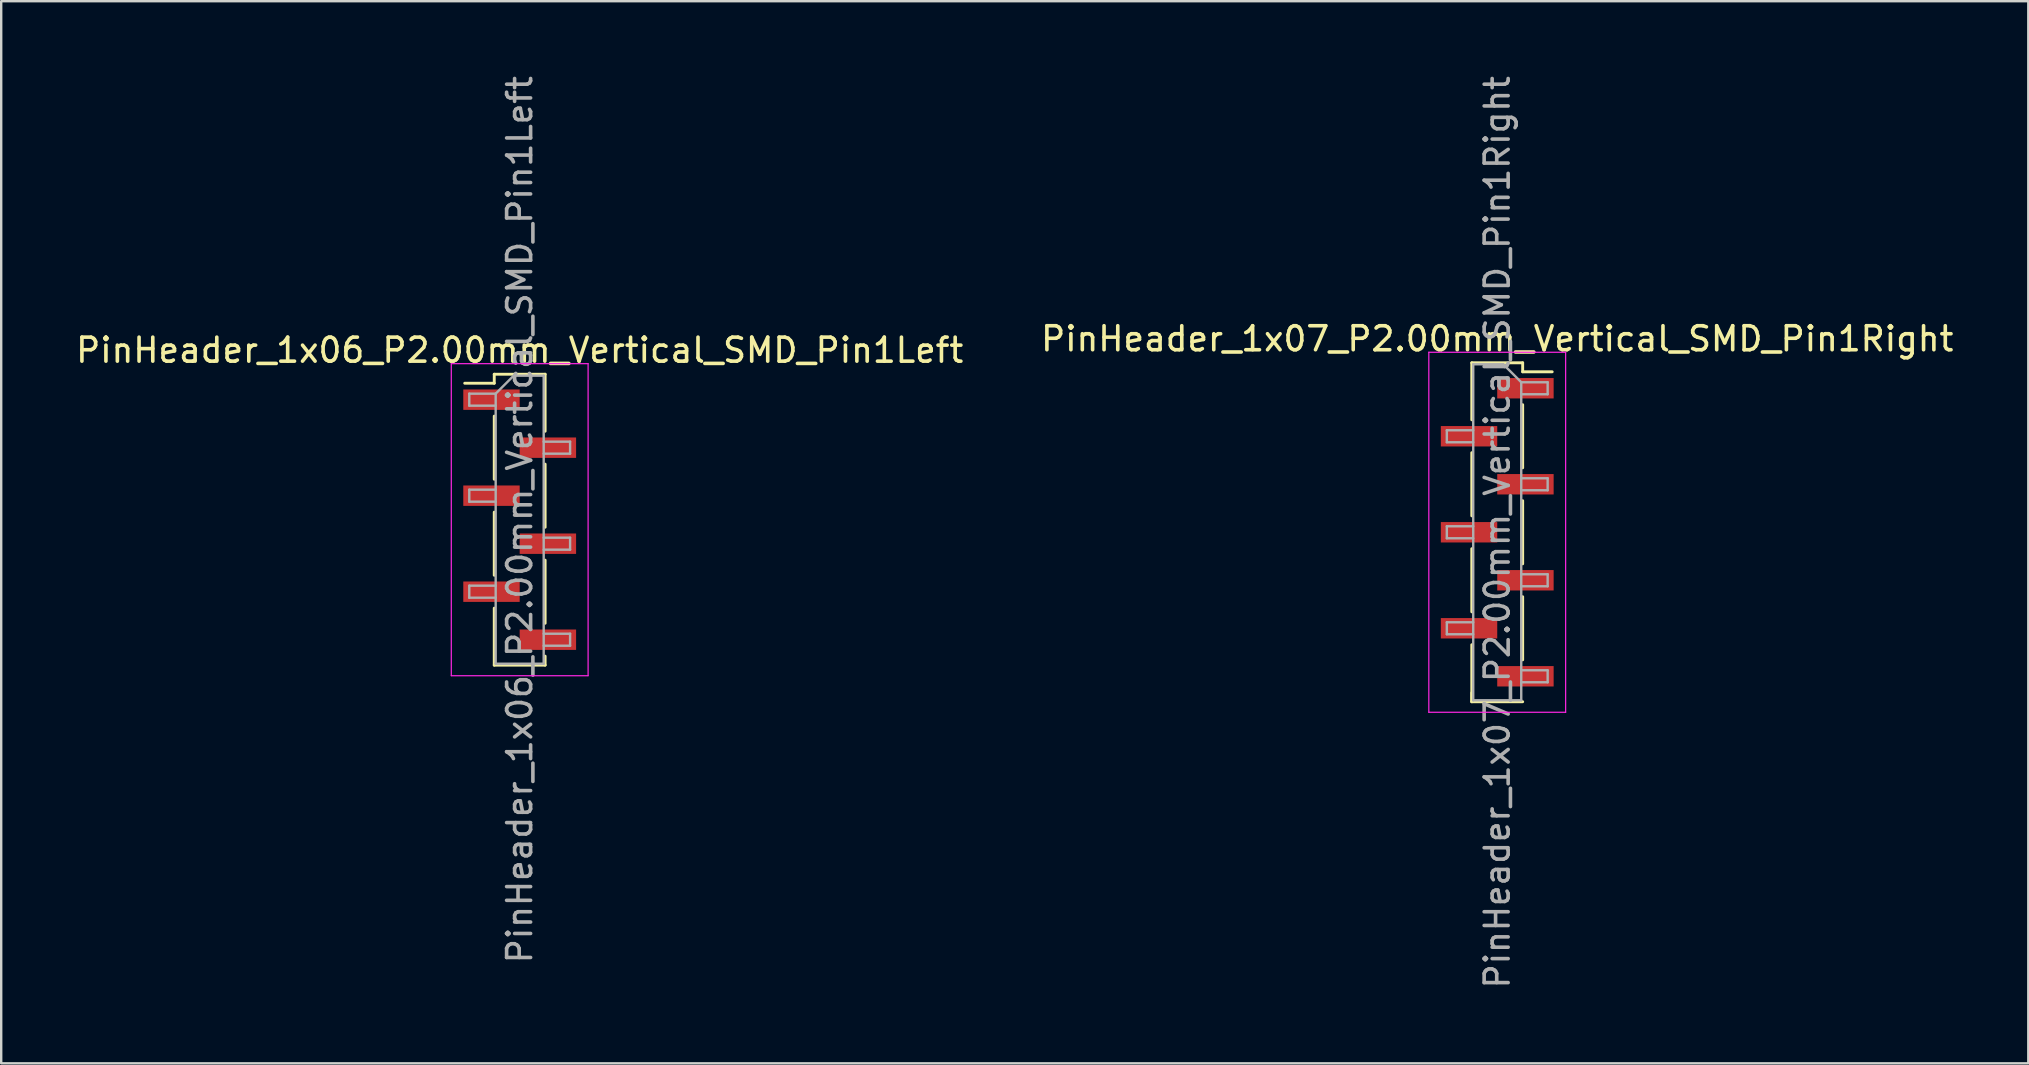
<source format=kicad_pcb>
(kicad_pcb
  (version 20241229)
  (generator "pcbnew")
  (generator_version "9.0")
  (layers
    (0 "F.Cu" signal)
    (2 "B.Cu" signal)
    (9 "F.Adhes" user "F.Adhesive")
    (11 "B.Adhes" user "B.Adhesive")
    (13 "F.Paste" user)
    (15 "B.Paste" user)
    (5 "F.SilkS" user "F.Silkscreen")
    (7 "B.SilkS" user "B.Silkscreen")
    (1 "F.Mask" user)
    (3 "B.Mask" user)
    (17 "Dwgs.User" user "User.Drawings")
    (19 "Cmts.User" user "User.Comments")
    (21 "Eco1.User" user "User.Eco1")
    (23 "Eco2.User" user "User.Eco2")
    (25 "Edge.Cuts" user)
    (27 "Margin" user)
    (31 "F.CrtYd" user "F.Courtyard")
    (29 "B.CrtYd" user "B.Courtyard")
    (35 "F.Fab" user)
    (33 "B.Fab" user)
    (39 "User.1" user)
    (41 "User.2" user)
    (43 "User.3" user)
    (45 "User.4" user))
  (footprint "PinHeader_1x07_P2.00mm_Vertical_SMD_Pin1Right"
    (layer "F.Cu")
    (at 59.327 19.125)
    (property "Reference" "PinHeader_1x07_P2.00mm_Vertical_SMD_Pin1Right" (at 0 -8.06 0) (layer "F.SilkS") (effects (font (size 1 1) (thickness 0.15))))
    (attr smd)
    (fp_line (start -1.06 -7.06) (end -1.06 -4.685) (stroke (width 0.12) (type solid)) (layer "F.SilkS"))
    (fp_line (start -1.06 -7.06) (end 1.06 -7.06) (stroke (width 0.12) (type solid)) (layer "F.SilkS"))
    (fp_line (start -1.06 -3.315) (end -1.06 -0.685) (stroke (width 0.12) (type solid)) (layer "F.SilkS"))
    (fp_line (start -1.06 0.685) (end -1.06 3.315) (stroke (width 0.12) (type solid)) (layer "F.SilkS"))
    (fp_line (start -1.06 4.685) (end -1.06 7.06) (stroke (width 0.12) (type solid)) (layer "F.SilkS"))
    (fp_line (start -1.06 6.685) (end -1.06 7.06) (stroke (width 0.12) (type solid)) (layer "F.SilkS"))
    (fp_line (start -1.06 7.06) (end 1.06 7.06) (stroke (width 0.12) (type solid)) (layer "F.SilkS"))
    (fp_line (start 1.06 -7.06) (end 1.06 -6.685) (stroke (width 0.12) (type solid)) (layer "F.SilkS"))
    (fp_line (start 1.06 -6.685) (end 2.29 -6.685) (stroke (width 0.12) (type solid)) (layer "F.SilkS"))
    (fp_line (start 1.06 -5.315) (end 1.06 -2.685) (stroke (width 0.12) (type solid)) (layer "F.SilkS"))
    (fp_line (start 1.06 -1.315) (end 1.06 1.315) (stroke (width 0.12) (type solid)) (layer "F.SilkS"))
    (fp_line (start 1.06 2.685) (end 1.06 5.315) (stroke (width 0.12) (type solid)) (layer "F.SilkS"))
    (fp_line (start -2.85 -7.5) (end -2.85 7.5) (stroke (width 0.05) (type solid)) (layer "F.CrtYd"))
    (fp_line (start -2.85 7.5) (end 2.85 7.5) (stroke (width 0.05) (type solid)) (layer "F.CrtYd"))
    (fp_line (start 2.85 -7.5) (end -2.85 -7.5) (stroke (width 0.05) (type solid)) (layer "F.CrtYd"))
    (fp_line (start 2.85 7.5) (end 2.85 -7.5) (stroke (width 0.05) (type solid)) (layer "F.CrtYd"))
    (fp_line (start -2.1 -4.25) (end -2.1 -3.75) (stroke (width 0.1) (type solid)) (layer "F.Fab"))
    (fp_line (start -2.1 -3.75) (end -1 -3.75) (stroke (width 0.1) (type solid)) (layer "F.Fab"))
    (fp_line (start -2.1 -0.25) (end -2.1 0.25) (stroke (width 0.1) (type solid)) (layer "F.Fab"))
    (fp_line (start -2.1 0.25) (end -1 0.25) (stroke (width 0.1) (type solid)) (layer "F.Fab"))
    (fp_line (start -2.1 3.75) (end -2.1 4.25) (stroke (width 0.1) (type solid)) (layer "F.Fab"))
    (fp_line (start -2.1 4.25) (end -1 4.25) (stroke (width 0.1) (type solid)) (layer "F.Fab"))
    (fp_line (start -1 -7) (end -1 7) (stroke (width 0.1) (type solid)) (layer "F.Fab"))
    (fp_line (start -1 -7) (end 0.25 -7) (stroke (width 0.1) (type solid)) (layer "F.Fab"))
    (fp_line (start -1 -4.25) (end -2.1 -4.25) (stroke (width 0.1) (type solid)) (layer "F.Fab"))
    (fp_line (start -1 -0.25) (end -2.1 -0.25) (stroke (width 0.1) (type solid)) (layer "F.Fab"))
    (fp_line (start -1 3.75) (end -2.1 3.75) (stroke (width 0.1) (type solid)) (layer "F.Fab"))
    (fp_line (start 1 -6.25) (end 0.25 -7) (stroke (width 0.1) (type solid)) (layer "F.Fab"))
    (fp_line (start 1 -6.25) (end 2.1 -6.25) (stroke (width 0.1) (type solid)) (layer "F.Fab"))
    (fp_line (start 1 -2.25) (end 2.1 -2.25) (stroke (width 0.1) (type solid)) (layer "F.Fab"))
    (fp_line (start 1 1.75) (end 2.1 1.75) (stroke (width 0.1) (type solid)) (layer "F.Fab"))
    (fp_line (start 1 5.75) (end 2.1 5.75) (stroke (width 0.1) (type solid)) (layer "F.Fab"))
    (fp_line (start 1 7) (end -1 7) (stroke (width 0.1) (type solid)) (layer "F.Fab"))
    (fp_line (start 1 7) (end 1 -6.25) (stroke (width 0.1) (type solid)) (layer "F.Fab"))
    (fp_line (start 2.1 -6.25) (end 2.1 -5.75) (stroke (width 0.1) (type solid)) (layer "F.Fab"))
    (fp_line (start 2.1 -5.75) (end 1 -5.75) (stroke (width 0.1) (type solid)) (layer "F.Fab"))
    (fp_line (start 2.1 -2.25) (end 2.1 -1.75) (stroke (width 0.1) (type solid)) (layer "F.Fab"))
    (fp_line (start 2.1 -1.75) (end 1 -1.75) (stroke (width 0.1) (type solid)) (layer "F.Fab"))
    (fp_line (start 2.1 1.75) (end 2.1 2.25) (stroke (width 0.1) (type solid)) (layer "F.Fab"))
    (fp_line (start 2.1 2.25) (end 1 2.25) (stroke (width 0.1) (type solid)) (layer "F.Fab"))
    (fp_line (start 2.1 5.75) (end 2.1 6.25) (stroke (width 0.1) (type solid)) (layer "F.Fab"))
    (fp_line (start 2.1 6.25) (end 1 6.25) (stroke (width 0.1) (type solid)) (layer "F.Fab"))
    (fp_text user "${REFERENCE}" (at 0 0 90) (layer "F.Fab") (effects (font (size 1 1) (thickness 0.15))))
    (pad "1" smd rect (at 1.175 -6) (size 2.35 0.85) (layers "F.Cu" "F.Mask" "F.Paste"))
    (pad "2" smd rect (at -1.175 -4) (size 2.35 0.85) (layers "F.Cu" "F.Mask" "F.Paste"))
    (pad "3" smd rect (at 1.175 -2) (size 2.35 0.85) (layers "F.Cu" "F.Mask" "F.Paste"))
    (pad "4" smd rect (at -1.175 0) (size 2.35 0.85) (layers "F.Cu" "F.Mask" "F.Paste"))
    (pad "5" smd rect (at 1.175 2) (size 2.35 0.85) (layers "F.Cu" "F.Mask" "F.Paste"))
    (pad "6" smd rect (at -1.175 4) (size 2.35 0.85) (layers "F.Cu" "F.Mask" "F.Paste"))
    (pad "7" smd rect (at 1.175 6) (size 2.35 0.85) (layers "F.Cu" "F.Mask" "F.Paste")))
  (footprint "PinHeader_1x06_P2.00mm_Vertical_SMD_Pin1Left"
    (layer "F.Cu")
    (at 18.601 18.601)
    (property "Reference" "PinHeader_1x06_P2.00mm_Vertical_SMD_Pin1Left" (at 0 -7.06 0) (layer "F.SilkS") (effects (font (size 1 1) (thickness 0.15))))
    (attr smd)
    (fp_line (start -1.06 -6.06) (end -1.06 -5.685) (stroke (width 0.12) (type solid)) (layer "F.SilkS"))
    (fp_line (start -1.06 -6.06) (end 1.06 -6.06) (stroke (width 0.12) (type solid)) (layer "F.SilkS"))
    (fp_line (start -1.06 -5.685) (end -2.29 -5.685) (stroke (width 0.12) (type solid)) (layer "F.SilkS"))
    (fp_line (start -1.06 -4.315) (end -1.06 -1.685) (stroke (width 0.12) (type solid)) (layer "F.SilkS"))
    (fp_line (start -1.06 -0.315) (end -1.06 2.315) (stroke (width 0.12) (type solid)) (layer "F.SilkS"))
    (fp_line (start -1.06 3.685) (end -1.06 6.06) (stroke (width 0.12) (type solid)) (layer "F.SilkS"))
    (fp_line (start -1.06 6.06) (end 1.06 6.06) (stroke (width 0.12) (type solid)) (layer "F.SilkS"))
    (fp_line (start 1.06 -6.06) (end 1.06 -3.685) (stroke (width 0.12) (type solid)) (layer "F.SilkS"))
    (fp_line (start 1.06 -2.315) (end 1.06 0.315) (stroke (width 0.12) (type solid)) (layer "F.SilkS"))
    (fp_line (start 1.06 1.685) (end 1.06 4.315) (stroke (width 0.12) (type solid)) (layer "F.SilkS"))
    (fp_line (start 1.06 5.685) (end 1.06 6.06) (stroke (width 0.12) (type solid)) (layer "F.SilkS"))
    (fp_line (start -2.85 -6.5) (end -2.85 6.5) (stroke (width 0.05) (type solid)) (layer "F.CrtYd"))
    (fp_line (start -2.85 6.5) (end 2.85 6.5) (stroke (width 0.05) (type solid)) (layer "F.CrtYd"))
    (fp_line (start 2.85 -6.5) (end -2.85 -6.5) (stroke (width 0.05) (type solid)) (layer "F.CrtYd"))
    (fp_line (start 2.85 6.5) (end 2.85 -6.5) (stroke (width 0.05) (type solid)) (layer "F.CrtYd"))
    (fp_line (start -2.1 -5.25) (end -2.1 -4.75) (stroke (width 0.1) (type solid)) (layer "F.Fab"))
    (fp_line (start -2.1 -4.75) (end -1 -4.75) (stroke (width 0.1) (type solid)) (layer "F.Fab"))
    (fp_line (start -2.1 -1.25) (end -2.1 -0.75) (stroke (width 0.1) (type solid)) (layer "F.Fab"))
    (fp_line (start -2.1 -0.75) (end -1 -0.75) (stroke (width 0.1) (type solid)) (layer "F.Fab"))
    (fp_line (start -2.1 2.75) (end -2.1 3.25) (stroke (width 0.1) (type solid)) (layer "F.Fab"))
    (fp_line (start -2.1 3.25) (end -1 3.25) (stroke (width 0.1) (type solid)) (layer "F.Fab"))
    (fp_line (start -1 -5.25) (end -2.1 -5.25) (stroke (width 0.1) (type solid)) (layer "F.Fab"))
    (fp_line (start -1 -5.25) (end -0.25 -6) (stroke (width 0.1) (type solid)) (layer "F.Fab"))
    (fp_line (start -1 -1.25) (end -2.1 -1.25) (stroke (width 0.1) (type solid)) (layer "F.Fab"))
    (fp_line (start -1 2.75) (end -2.1 2.75) (stroke (width 0.1) (type solid)) (layer "F.Fab"))
    (fp_line (start -1 6) (end -1 -5.25) (stroke (width 0.1) (type solid)) (layer "F.Fab"))
    (fp_line (start -0.25 -6) (end 1 -6) (stroke (width 0.1) (type solid)) (layer "F.Fab"))
    (fp_line (start 1 -6) (end 1 6) (stroke (width 0.1) (type solid)) (layer "F.Fab"))
    (fp_line (start 1 -3.25) (end 2.1 -3.25) (stroke (width 0.1) (type solid)) (layer "F.Fab"))
    (fp_line (start 1 0.75) (end 2.1 0.75) (stroke (width 0.1) (type solid)) (layer "F.Fab"))
    (fp_line (start 1 4.75) (end 2.1 4.75) (stroke (width 0.1) (type solid)) (layer "F.Fab"))
    (fp_line (start 1 6) (end -1 6) (stroke (width 0.1) (type solid)) (layer "F.Fab"))
    (fp_line (start 2.1 -3.25) (end 2.1 -2.75) (stroke (width 0.1) (type solid)) (layer "F.Fab"))
    (fp_line (start 2.1 -2.75) (end 1 -2.75) (stroke (width 0.1) (type solid)) (layer "F.Fab"))
    (fp_line (start 2.1 0.75) (end 2.1 1.25) (stroke (width 0.1) (type solid)) (layer "F.Fab"))
    (fp_line (start 2.1 1.25) (end 1 1.25) (stroke (width 0.1) (type solid)) (layer "F.Fab"))
    (fp_line (start 2.1 4.75) (end 2.1 5.25) (stroke (width 0.1) (type solid)) (layer "F.Fab"))
    (fp_line (start 2.1 5.25) (end 1 5.25) (stroke (width 0.1) (type solid)) (layer "F.Fab"))
    (fp_text user "${REFERENCE}" (at 0 0 90) (layer "F.Fab") (effects (font (size 1 1) (thickness 0.15))))
    (pad "1" smd rect (at -1.175 -5) (size 2.35 0.85) (layers "F.Cu" "F.Mask" "F.Paste"))
    (pad "2" smd rect (at 1.175 -3) (size 2.35 0.85) (layers "F.Cu" "F.Mask" "F.Paste"))
    (pad "3" smd rect (at -1.175 -1) (size 2.35 0.85) (layers "F.Cu" "F.Mask" "F.Paste"))
    (pad "4" smd rect (at 1.175 1) (size 2.35 0.85) (layers "F.Cu" "F.Mask" "F.Paste"))
    (pad "5" smd rect (at -1.175 3) (size 2.35 0.85) (layers "F.Cu" "F.Mask" "F.Paste"))
    (pad "6" smd rect (at 1.175 5) (size 2.35 0.85) (layers "F.Cu" "F.Mask" "F.Paste")))
  (gr_rect
    (start -3 -3)
    (end 81.452 41.25)
    (stroke (width 0.1) (type default))
    (fill no)
    (layer "Edge.Cuts")))
</source>
